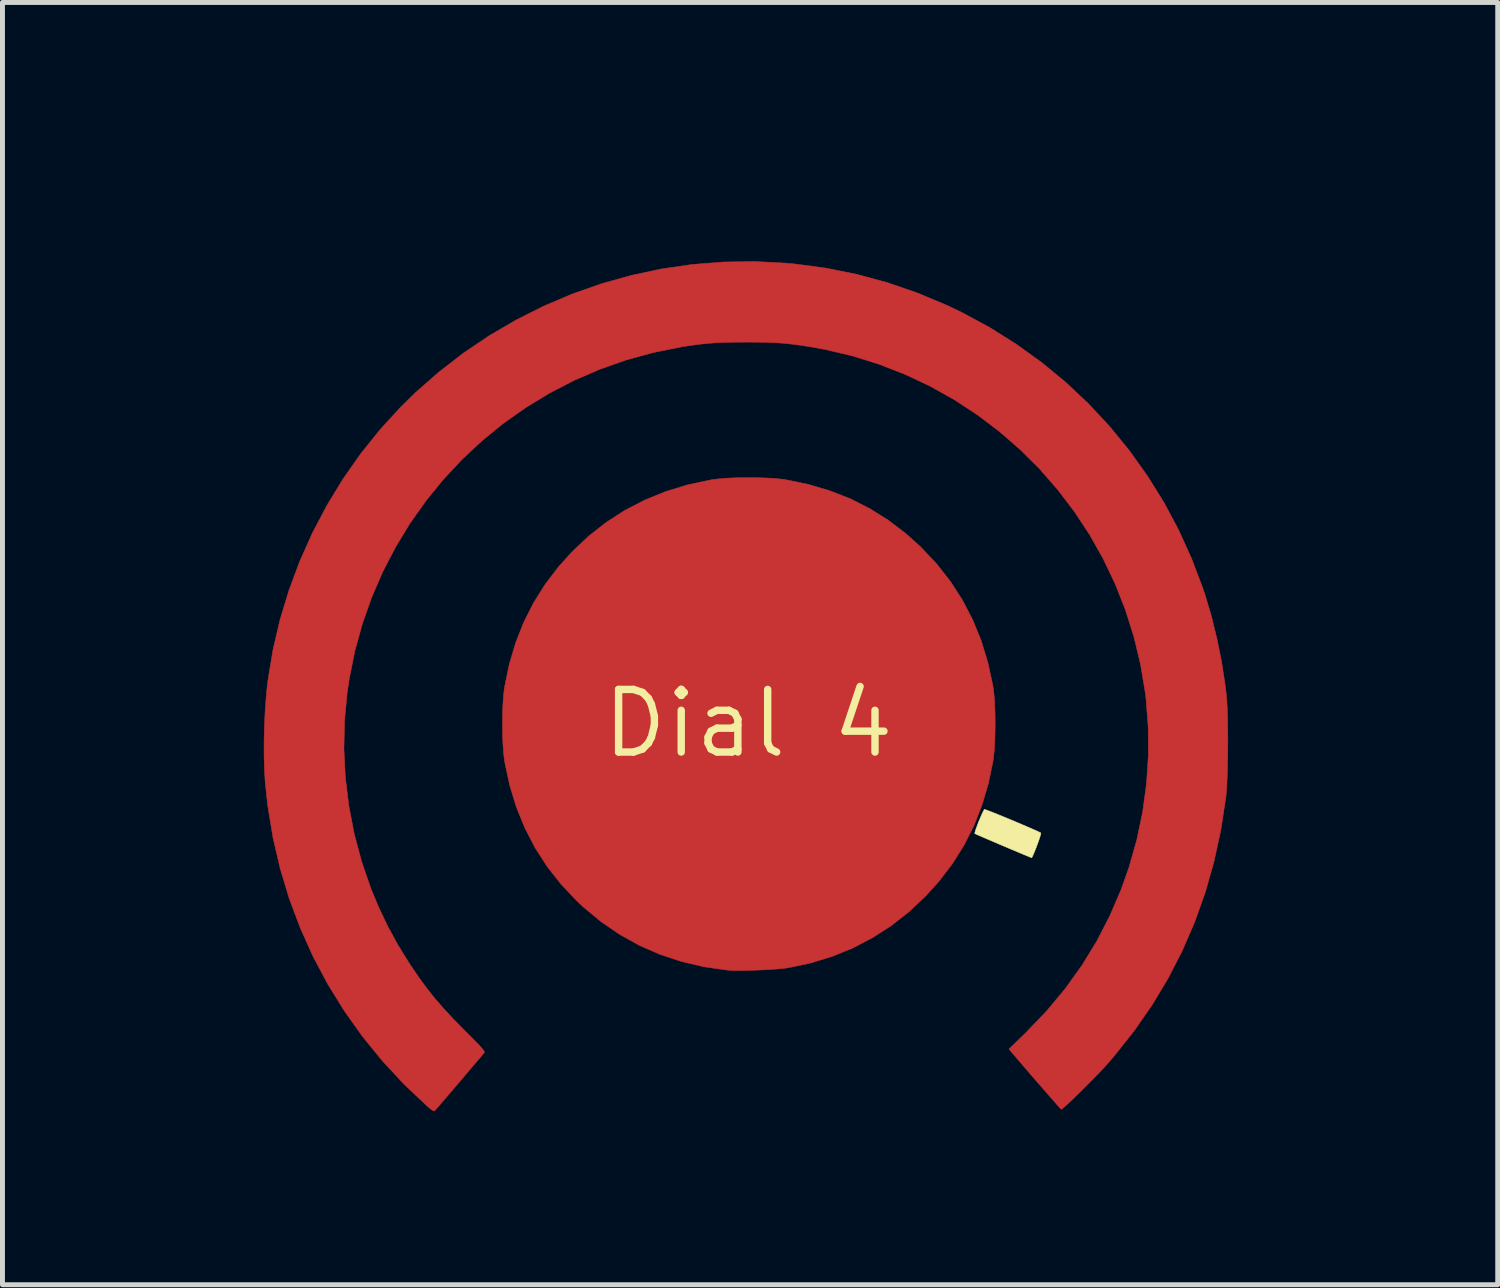
<source format=kicad_pcb>
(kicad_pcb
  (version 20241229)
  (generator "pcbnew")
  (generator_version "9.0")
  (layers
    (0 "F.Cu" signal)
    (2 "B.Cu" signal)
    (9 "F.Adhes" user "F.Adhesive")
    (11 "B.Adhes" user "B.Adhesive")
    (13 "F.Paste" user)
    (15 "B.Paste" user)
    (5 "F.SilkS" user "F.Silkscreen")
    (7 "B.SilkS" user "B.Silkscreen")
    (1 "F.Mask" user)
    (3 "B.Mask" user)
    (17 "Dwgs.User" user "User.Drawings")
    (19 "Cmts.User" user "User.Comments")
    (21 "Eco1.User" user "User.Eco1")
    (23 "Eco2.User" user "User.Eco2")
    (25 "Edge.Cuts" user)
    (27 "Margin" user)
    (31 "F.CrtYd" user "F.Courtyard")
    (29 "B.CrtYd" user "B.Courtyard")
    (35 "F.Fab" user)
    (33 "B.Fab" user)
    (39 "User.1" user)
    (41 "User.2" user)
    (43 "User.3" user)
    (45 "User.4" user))
  (footprint "Dial 4"
    (layer "F.Cu")
    (at 12.13 11.626)
    (property "Reference" "Dial 4" (at 0 0 0) (layer "F.SilkS") (effects (font (size 1.27 1.27) (thickness 0.15))))
    (attr through_hole)
    (fp_poly (pts (xy 0.178 -4.985) (xy 0.375 -4.979) (xy 0.554 -4.968) (xy 0.705 -4.953) (xy 0.751 -4.946) (xy 1.216 -4.85) (xy 1.656 -4.72) (xy 2.072 -4.557) (xy 2.467 -4.357) (xy 2.842 -4.122) (xy 3.199 -3.849) (xy 3.5 -3.578) (xy 3.818 -3.241) (xy 4.099 -2.883) (xy 4.344 -2.503) (xy 4.553 -2.101) (xy 4.725 -1.678) (xy 4.861 -1.233) (xy 4.961 -0.766) (xy 4.967 -0.73) (xy 4.984 -0.592) (xy 4.997 -0.423) (xy 5.005 -0.231) (xy 5.008 -0.028) (xy 5.006 0.177) (xy 5 0.374) (xy 4.989 0.553) (xy 4.974 0.704) (xy 4.967 0.751) (xy 4.871 1.216) (xy 4.741 1.656) (xy 4.577 2.073) (xy 4.377 2.468) (xy 4.142 2.844) (xy 3.869 3.201) (xy 3.599 3.5) (xy 3.262 3.818) (xy 2.903 4.1) (xy 2.522 4.345) (xy 2.121 4.555) (xy 1.698 4.727) (xy 1.257 4.862) (xy 0.815 4.955) (xy 0.713 4.969) (xy 0.579 4.982) (xy 0.423 4.992) (xy 0.255 5.001) (xy 0.083 5.007) (xy -0.082 5.011) (xy -0.232 5.012) (xy -0.356 5.009) (xy -0.434 5.003) (xy -0.907 4.935) (xy -1.36 4.828) (xy -1.795 4.684) (xy -2.21 4.502) (xy -2.606 4.282) (xy -2.982 4.025) (xy -3.339 3.73) (xy -3.479 3.599) (xy -3.797 3.263) (xy -4.078 2.905) (xy -4.323 2.525) (xy -4.531 2.123) (xy -4.704 1.7) (xy -4.84 1.255) (xy -4.94 0.787) (xy -4.946 0.751) (xy -4.963 0.613) (xy -4.976 0.443) (xy -4.984 0.252) (xy -4.987 0.048) (xy -4.985 -0.157) (xy -4.979 -0.354) (xy -4.968 -0.533) (xy -4.953 -0.684) (xy -4.946 -0.73) (xy -4.85 -1.195) (xy -4.72 -1.635) (xy -4.556 -2.051) (xy -4.357 -2.445) (xy -4.122 -2.82) (xy -3.85 -3.177) (xy -3.578 -3.479) (xy -3.242 -3.797) (xy -2.884 -4.078) (xy -2.504 -4.323) (xy -2.102 -4.531) (xy -1.679 -4.704) (xy -1.234 -4.84) (xy -0.766 -4.94) (xy -0.73 -4.946) (xy -0.592 -4.963) (xy -0.422 -4.976) (xy -0.231 -4.984) (xy -0.027 -4.987) (xy 0.178 -4.985)) (stroke (width 0.01) (type solid)) (fill yes) (layer "F.Cu"))
    (fp_poly (pts (xy 0.762 -9.338) (xy 0.942 -9.322) (xy 1.582 -9.236) (xy 2.209 -9.109) (xy 2.824 -8.942) (xy 3.428 -8.734) (xy 4.022 -8.486) (xy 4.329 -8.339) (xy 4.895 -8.034) (xy 5.436 -7.694) (xy 5.951 -7.323) (xy 6.439 -6.921) (xy 6.898 -6.489) (xy 7.328 -6.028) (xy 7.726 -5.541) (xy 8.093 -5.027) (xy 8.428 -4.49) (xy 8.728 -3.929) (xy 8.992 -3.346) (xy 9.221 -2.743) (xy 9.268 -2.602) (xy 9.395 -2.176) (xy 9.506 -1.723) (xy 9.6 -1.258) (xy 9.672 -0.793) (xy 9.698 -0.582) (xy 9.708 -0.457) (xy 9.717 -0.297) (xy 9.723 -0.111) (xy 9.726 0.095) (xy 9.728 0.314) (xy 9.727 0.537) (xy 9.724 0.757) (xy 9.719 0.968) (xy 9.712 1.161) (xy 9.703 1.329) (xy 9.692 1.464) (xy 9.687 1.503) (xy 9.586 2.163) (xy 9.447 2.803) (xy 9.271 3.423) (xy 9.058 4.023) (xy 8.807 4.604) (xy 8.519 5.166) (xy 8.193 5.709) (xy 7.828 6.235) (xy 7.425 6.743) (xy 7.299 6.889) (xy 7.23 6.966) (xy 7.144 7.058) (xy 7.047 7.159) (xy 6.942 7.266) (xy 6.835 7.374) (xy 6.728 7.48) (xy 6.627 7.579) (xy 6.535 7.667) (xy 6.457 7.739) (xy 6.397 7.793) (xy 6.359 7.822) (xy 6.349 7.827) (xy 6.332 7.81) (xy 6.291 7.765) (xy 6.23 7.696) (xy 6.151 7.606) (xy 6.058 7.5) (xy 5.955 7.381) (xy 5.844 7.254) (xy 5.73 7.122) (xy 5.615 6.989) (xy 5.504 6.859) (xy 5.399 6.736) (xy 5.391 6.726) (xy 5.288 6.606) (xy 5.64 6.264) (xy 6.053 5.832) (xy 6.429 5.381) (xy 6.768 4.908) (xy 7.07 4.415) (xy 7.335 3.901) (xy 7.565 3.365) (xy 7.722 2.921) (xy 7.881 2.363) (xy 8 1.795) (xy 8.078 1.222) (xy 8.116 0.645) (xy 8.112 0.069) (xy 8.068 -0.503) (xy 8.053 -0.624) (xy 7.957 -1.2) (xy 7.822 -1.76) (xy 7.65 -2.305) (xy 7.442 -2.833) (xy 7.199 -3.342) (xy 6.923 -3.831) (xy 6.615 -4.298) (xy 6.277 -4.742) (xy 5.911 -5.162) (xy 5.516 -5.555) (xy 5.096 -5.921) (xy 4.651 -6.258) (xy 4.183 -6.565) (xy 3.692 -6.84) (xy 3.182 -7.081) (xy 2.653 -7.287) (xy 2.106 -7.458) (xy 1.542 -7.59) (xy 1.27 -7.639) (xy 1.078 -7.669) (xy 0.906 -7.692) (xy 0.743 -7.71) (xy 0.58 -7.722) (xy 0.405 -7.73) (xy 0.21 -7.734) (xy -0.017 -7.736) (xy -0.042 -7.736) (xy -0.273 -7.734) (xy -0.471 -7.731) (xy -0.647 -7.723) (xy -0.811 -7.711) (xy -0.974 -7.694) (xy -1.144 -7.672) (xy -1.334 -7.643) (xy -1.355 -7.639) (xy -1.925 -7.525) (xy -2.479 -7.373) (xy -3.017 -7.183) (xy -3.537 -6.958) (xy -4.037 -6.699) (xy -4.515 -6.408) (xy -4.972 -6.085) (xy -5.404 -5.733) (xy -5.811 -5.352) (xy -6.191 -4.945) (xy -6.543 -4.512) (xy -6.865 -4.056) (xy -7.156 -3.577) (xy -7.415 -3.078) (xy -7.64 -2.559) (xy -7.829 -2.022) (xy -7.982 -1.469) (xy -8.096 -0.901) (xy -8.137 -0.627) (xy -8.191 -0.055) (xy -8.203 0.52) (xy -8.174 1.095) (xy -8.104 1.669) (xy -7.995 2.237) (xy -7.846 2.797) (xy -7.657 3.346) (xy -7.5 3.725) (xy -7.313 4.118) (xy -7.102 4.503) (xy -6.86 4.893) (xy -6.844 4.916) (xy -6.685 5.15) (xy -6.528 5.364) (xy -6.366 5.569) (xy -6.191 5.772) (xy -5.996 5.982) (xy -5.775 6.208) (xy -5.763 6.22) (xy -5.637 6.345) (xy -5.539 6.445) (xy -5.465 6.521) (xy -5.413 6.579) (xy -5.379 6.62) (xy -5.36 6.649) (xy -5.354 6.668) (xy -5.358 6.682) (xy -5.361 6.685) (xy -5.382 6.709) (xy -5.426 6.762) (xy -5.491 6.838) (xy -5.574 6.935) (xy -5.67 7.049) (xy -5.777 7.175) (xy -5.871 7.286) (xy -5.984 7.418) (xy -6.088 7.54) (xy -6.181 7.648) (xy -6.258 7.738) (xy -6.318 7.806) (xy -6.356 7.849) (xy -6.37 7.863) (xy -6.393 7.855) (xy -6.439 7.825) (xy -6.498 7.777) (xy -6.512 7.765) (xy -6.984 7.318) (xy -7.422 6.846) (xy -7.826 6.35) (xy -8.195 5.831) (xy -8.529 5.291) (xy -8.827 4.731) (xy -9.087 4.152) (xy -9.311 3.557) (xy -9.495 2.947) (xy -9.641 2.322) (xy -9.746 1.686) (xy -9.8 1.196) (xy -9.815 0.942) (xy -9.823 0.658) (xy -9.823 0.355) (xy -9.815 0.043) (xy -9.801 -0.264) (xy -9.779 -0.557) (xy -9.752 -0.825) (xy -9.746 -0.868) (xy -9.643 -1.489) (xy -9.5 -2.103) (xy -9.317 -2.705) (xy -9.097 -3.295) (xy -8.84 -3.869) (xy -8.547 -4.425) (xy -8.22 -4.962) (xy -7.86 -5.475) (xy -7.467 -5.964) (xy -7.044 -6.426) (xy -6.77 -6.695) (xy -6.287 -7.12) (xy -5.782 -7.511) (xy -5.256 -7.866) (xy -4.71 -8.185) (xy -4.147 -8.468) (xy -3.569 -8.713) (xy -2.977 -8.921) (xy -2.373 -9.09) (xy -1.759 -9.221) (xy -1.136 -9.311) (xy -0.508 -9.361) (xy 0.126 -9.371) (xy 0.762 -9.338)) (stroke (width 0.01) (type solid)) (fill yes) (layer "F.Cu"))
    (fp_poly (pts (xy 0.445 -9.525) (xy -0.127 -9.525) (xy -0.127 -11.62) (xy 0.445 -11.62) (xy 0.445 -9.525)) (stroke (width 0.01) (type solid)) (fill yes) (layer "F.Mask"))
    (fp_poly (pts (xy 12.137 -0.206) (xy 12.162 -0.206) (xy 12.163 -0.206) (xy 12.165 -0.184) (xy 12.169 -0.128) (xy 12.175 -0.045) (xy 12.181 0.057) (xy 12.182 0.09) (xy 12.198 0.381) (xy 11.607 0.381) (xy 11.421 0.382) (xy 11.218 0.383) (xy 11.012 0.386) (xy 10.816 0.389) (xy 10.642 0.393) (xy 10.557 0.395) (xy 10.097 0.409) (xy 10.097 -0.184) (xy 11.127 -0.197) (xy 11.332 -0.199) (xy 11.523 -0.202) (xy 11.697 -0.203) (xy 11.849 -0.205) (xy 11.976 -0.206) (xy 12.073 -0.206) (xy 12.137 -0.206)) (stroke (width 0.01) (type solid)) (fill yes) (layer "F.Mask"))
    (fp_poly (pts (xy -10.033 0.423) (xy -10.622 0.423) (xy -10.808 0.424) (xy -11.008 0.426) (xy -11.21 0.428) (xy -11.403 0.431) (xy -11.572 0.435) (xy -11.657 0.437) (xy -12.103 0.451) (xy -12.118 0.184) (xy -12.123 0.079) (xy -12.125 -0.011) (xy -12.125 -0.079) (xy -12.121 -0.115) (xy -12.121 -0.116) (xy -12.113 -0.126) (xy -12.092 -0.133) (xy -12.055 -0.139) (xy -11.998 -0.143) (xy -11.914 -0.146) (xy -11.8 -0.147) (xy -11.651 -0.148) (xy -11.551 -0.148) (xy -11.365 -0.149) (xy -11.159 -0.151) (xy -10.949 -0.153) (xy -10.748 -0.157) (xy -10.569 -0.161) (xy -10.513 -0.162) (xy -10.033 -0.176) (xy -10.033 0.423)) (stroke (width 0.01) (type solid)) (fill yes) (layer "F.Mask"))
    (fp_poly (pts (xy 7.904 6.565) (xy 7.95 6.605) (xy 8.018 6.668) (xy 8.106 6.75) (xy 8.21 6.847) (xy 8.326 6.957) (xy 8.451 7.075) (xy 8.581 7.199) (xy 8.712 7.324) (xy 8.841 7.448) (xy 8.964 7.566) (xy 9.078 7.676) (xy 9.178 7.774) (xy 9.262 7.856) (xy 9.325 7.92) (xy 9.365 7.961) (xy 9.377 7.975) (xy 9.363 7.997) (xy 9.326 8.042) (xy 9.272 8.101) (xy 9.209 8.169) (xy 9.143 8.237) (xy 9.081 8.3) (xy 9.03 8.349) (xy 8.997 8.377) (xy 8.988 8.382) (xy 8.968 8.367) (xy 8.921 8.327) (xy 8.851 8.263) (xy 8.761 8.18) (xy 8.654 8.08) (xy 8.535 7.967) (xy 8.407 7.845) (xy 8.403 7.841) (xy 8.266 7.709) (xy 8.131 7.578) (xy 8.002 7.453) (xy 7.886 7.34) (xy 7.786 7.243) (xy 7.707 7.166) (xy 7.664 7.123) (xy 7.486 6.945) (xy 7.673 6.748) (xy 7.746 6.674) (xy 7.809 6.613) (xy 7.857 6.57) (xy 7.884 6.551) (xy 7.886 6.551) (xy 7.904 6.565)) (stroke (width 0.01) (type solid)) (fill yes) (layer "F.Mask"))
    (fp_poly (pts (xy -8.689 -8.13) (xy -8.642 -8.089) (xy -8.573 -8.025) (xy -8.485 -7.942) (xy -8.38 -7.845) (xy -8.264 -7.735) (xy -8.14 -7.617) (xy -8.011 -7.494) (xy -7.881 -7.37) (xy -7.754 -7.248) (xy -7.634 -7.131) (xy -7.524 -7.025) (xy -7.427 -6.93) (xy -7.349 -6.853) (xy -7.294 -6.797) (xy -7.211 -6.711) (xy -7.399 -6.515) (xy -7.472 -6.44) (xy -7.535 -6.378) (xy -7.582 -6.334) (xy -7.608 -6.314) (xy -7.609 -6.314) (xy -7.628 -6.327) (xy -7.675 -6.367) (xy -7.745 -6.431) (xy -7.837 -6.516) (xy -7.947 -6.619) (xy -8.071 -6.738) (xy -8.209 -6.869) (xy -8.355 -7.01) (xy -8.361 -7.016) (xy -8.507 -7.158) (xy -8.643 -7.291) (xy -8.767 -7.413) (xy -8.875 -7.52) (xy -8.964 -7.61) (xy -9.032 -7.679) (xy -9.075 -7.725) (xy -9.091 -7.744) (xy -9.091 -7.744) (xy -9.077 -7.771) (xy -9.04 -7.818) (xy -8.986 -7.879) (xy -8.923 -7.948) (xy -8.858 -8.015) (xy -8.797 -8.075) (xy -8.746 -8.12) (xy -8.714 -8.143) (xy -8.708 -8.145) (xy -8.689 -8.13)) (stroke (width 0.01) (type solid)) (fill yes) (layer "F.Mask"))
    (fp_poly (pts (xy 8.541 -8.027) (xy 8.584 -7.99) (xy 8.641 -7.935) (xy 8.707 -7.87) (xy 8.773 -7.802) (xy 8.833 -7.738) (xy 8.88 -7.684) (xy 8.907 -7.648) (xy 8.911 -7.638) (xy 8.896 -7.621) (xy 8.854 -7.577) (xy 8.789 -7.512) (xy 8.704 -7.428) (xy 8.602 -7.329) (xy 8.487 -7.217) (xy 8.364 -7.098) (xy 8.234 -6.974) (xy 8.103 -6.848) (xy 7.974 -6.724) (xy 7.849 -6.606) (xy 7.734 -6.496) (xy 7.631 -6.399) (xy 7.544 -6.318) (xy 7.477 -6.256) (xy 7.432 -6.217) (xy 7.415 -6.204) (xy 7.395 -6.219) (xy 7.352 -6.26) (xy 7.292 -6.32) (xy 7.221 -6.393) (xy 7.209 -6.405) (xy 7.02 -6.605) (xy 7.082 -6.67) (xy 7.126 -6.715) (xy 7.193 -6.782) (xy 7.28 -6.866) (xy 7.383 -6.966) (xy 7.498 -7.077) (xy 7.622 -7.196) (xy 7.75 -7.319) (xy 7.88 -7.443) (xy 8.007 -7.564) (xy 8.129 -7.678) (xy 8.24 -7.783) (xy 8.337 -7.875) (xy 8.418 -7.949) (xy 8.477 -8.004) (xy 8.512 -8.034) (xy 8.519 -8.039) (xy 8.541 -8.027)) (stroke (width 0.01) (type solid)) (fill yes) (layer "F.Mask"))
    (fp_poly (pts (xy -8.134 6.471) (xy -8.092 6.51) (xy -8.037 6.567) (xy -7.974 6.634) (xy -7.91 6.704) (xy -7.851 6.77) (xy -7.805 6.826) (xy -7.777 6.863) (xy -7.772 6.875) (xy -7.789 6.894) (xy -7.833 6.939) (xy -7.901 7.006) (xy -7.988 7.092) (xy -8.092 7.192) (xy -8.208 7.304) (xy -8.332 7.423) (xy -8.462 7.548) (xy -8.593 7.673) (xy -8.722 7.795) (xy -8.846 7.912) (xy -8.96 8.019) (xy -9.06 8.114) (xy -9.144 8.192) (xy -9.208 8.25) (xy -9.247 8.284) (xy -9.259 8.293) (xy -9.282 8.28) (xy -9.328 8.242) (xy -9.389 8.183) (xy -9.459 8.11) (xy -9.469 8.099) (xy -9.538 8.024) (xy -9.595 7.959) (xy -9.634 7.913) (xy -9.652 7.891) (xy -9.652 7.89) (xy -9.637 7.873) (xy -9.595 7.83) (xy -9.53 7.765) (xy -9.444 7.682) (xy -9.343 7.583) (xy -9.228 7.472) (xy -9.104 7.353) (xy -8.975 7.229) (xy -8.844 7.103) (xy -8.714 6.979) (xy -8.59 6.861) (xy -8.474 6.751) (xy -8.371 6.654) (xy -8.284 6.572) (xy -8.217 6.51) (xy -8.172 6.47) (xy -8.155 6.456) (xy -8.134 6.471)) (stroke (width 0.01) (type solid)) (fill yes) (layer "F.Mask"))
    (fp_poly (pts (xy 0.204 -4.984) (xy 0.404 -4.977) (xy 0.584 -4.965) (xy 0.732 -4.947) (xy 0.74 -4.946) (xy 1.192 -4.854) (xy 1.628 -4.725) (xy 2.047 -4.559) (xy 2.445 -4.359) (xy 2.822 -4.126) (xy 3.175 -3.863) (xy 3.503 -3.57) (xy 3.803 -3.25) (xy 4.075 -2.904) (xy 4.316 -2.534) (xy 4.524 -2.141) (xy 4.698 -1.728) (xy 4.836 -1.296) (xy 4.889 -1.079) (xy 4.96 -0.674) (xy 4.998 -0.254) (xy 5.001 0.173) (xy 4.972 0.596) (xy 4.909 1.008) (xy 4.857 1.238) (xy 4.724 1.674) (xy 4.555 2.093) (xy 4.349 2.493) (xy 4.11 2.872) (xy 3.838 3.228) (xy 3.537 3.557) (xy 3.207 3.859) (xy 2.851 4.129) (xy 2.47 4.367) (xy 2.292 4.462) (xy 1.865 4.657) (xy 1.427 4.811) (xy 0.982 4.924) (xy 0.762 4.964) (xy 0.655 4.977) (xy 0.517 4.988) (xy 0.356 4.997) (xy 0.183 5.004) (xy 0.007 5.007) (xy -0.163 5.009) (xy -0.318 5.007) (xy -0.447 5.002) (xy -0.529 4.995) (xy -0.995 4.918) (xy -1.444 4.804) (xy -1.877 4.652) (xy -2.29 4.463) (xy -2.683 4.24) (xy -3.052 3.982) (xy -3.398 3.692) (xy -3.717 3.368) (xy -4.009 3.014) (xy -4.046 2.963) (xy -4.297 2.586) (xy -4.509 2.193) (xy -4.683 1.788) (xy -4.82 1.372) (xy -4.92 0.949) (xy -4.982 0.521) (xy -5.007 0.09) (xy -4.995 -0.341) (xy -4.947 -0.769) (xy -4.862 -1.192) (xy -4.741 -1.607) (xy -4.583 -2.011) (xy -4.39 -2.403) (xy -4.161 -2.779) (xy -3.897 -3.136) (xy -3.598 -3.473) (xy -3.556 -3.515) (xy -3.214 -3.829) (xy -2.848 -4.108) (xy -2.46 -4.351) (xy -2.053 -4.557) (xy -1.626 -4.726) (xy -1.183 -4.857) (xy -0.74 -4.946) (xy -0.594 -4.964) (xy -0.416 -4.976) (xy -0.216 -4.984) (xy -0.006 -4.986) (xy 0.204 -4.984)) (stroke (width 0.01) (type solid)) (fill yes) (layer "F.Mask"))
    (fp_poly (pts (xy 0.648 -9.39) (xy 0.942 -9.364) (xy 1.575 -9.278) (xy 2.2 -9.152) (xy 2.814 -8.987) (xy 3.414 -8.783) (xy 3.999 -8.541) (xy 4.566 -8.262) (xy 5.113 -7.948) (xy 5.638 -7.598) (xy 5.807 -7.475) (xy 6.016 -7.314) (xy 6.203 -7.165) (xy 6.377 -7.018) (xy 6.548 -6.864) (xy 6.727 -6.693) (xy 6.89 -6.531) (xy 7.304 -6.093) (xy 7.681 -5.642) (xy 8.024 -5.174) (xy 8.339 -4.682) (xy 8.63 -4.16) (xy 8.711 -4) (xy 8.98 -3.415) (xy 9.21 -2.814) (xy 9.4 -2.199) (xy 9.55 -1.568) (xy 9.661 -0.922) (xy 9.698 -0.624) (xy 9.708 -0.499) (xy 9.717 -0.34) (xy 9.723 -0.153) (xy 9.726 0.053) (xy 9.728 0.271) (xy 9.727 0.495) (xy 9.724 0.715) (xy 9.719 0.925) (xy 9.712 1.118) (xy 9.703 1.286) (xy 9.692 1.422) (xy 9.687 1.46) (xy 9.586 2.121) (xy 9.447 2.76) (xy 9.271 3.38) (xy 9.058 3.98) (xy 8.807 4.561) (xy 8.519 5.123) (xy 8.193 5.667) (xy 7.828 6.193) (xy 7.425 6.701) (xy 7.299 6.847) (xy 7.23 6.924) (xy 7.145 7.015) (xy 7.047 7.116) (xy 6.943 7.223) (xy 6.835 7.331) (xy 6.729 7.437) (xy 6.627 7.536) (xy 6.535 7.624) (xy 6.457 7.697) (xy 6.397 7.75) (xy 6.359 7.78) (xy 6.349 7.785) (xy 6.332 7.767) (xy 6.288 7.719) (xy 6.22 7.643) (xy 6.129 7.539) (xy 6.017 7.409) (xy 5.884 7.256) (xy 5.732 7.08) (xy 5.562 6.884) (xy 5.377 6.669) (xy 5.319 6.601) (xy 5.313 6.588) (xy 5.317 6.57) (xy 5.332 6.543) (xy 5.363 6.504) (xy 5.413 6.449) (xy 5.483 6.375) (xy 5.579 6.279) (xy 5.7 6.157) (xy 5.823 6.032) (xy 5.949 5.9) (xy 6.07 5.769) (xy 6.181 5.647) (xy 6.272 5.541) (xy 6.32 5.482) (xy 6.676 5.002) (xy 6.993 4.503) (xy 7.272 3.988) (xy 7.512 3.457) (xy 7.713 2.911) (xy 7.874 2.35) (xy 7.957 1.979) (xy 8.053 1.396) (xy 8.106 0.813) (xy 8.117 0.231) (xy 8.087 -0.348) (xy 8.015 -0.923) (xy 7.903 -1.492) (xy 7.749 -2.052) (xy 7.554 -2.603) (xy 7.319 -3.144) (xy 7.257 -3.27) (xy 6.979 -3.781) (xy 6.667 -4.268) (xy 6.324 -4.729) (xy 5.95 -5.163) (xy 5.547 -5.569) (xy 5.119 -5.945) (xy 4.665 -6.29) (xy 4.188 -6.603) (xy 3.69 -6.882) (xy 3.173 -7.126) (xy 2.638 -7.334) (xy 2.087 -7.505) (xy 1.522 -7.636) (xy 1.27 -7.681) (xy 1.078 -7.711) (xy 0.906 -7.735) (xy 0.743 -7.752) (xy 0.58 -7.764) (xy 0.405 -7.772) (xy 0.21 -7.777) (xy -0.017 -7.778) (xy -0.042 -7.778) (xy -0.273 -7.777) (xy -0.471 -7.773) (xy -0.647 -7.765) (xy -0.811 -7.754) (xy -0.974 -7.737) (xy -1.144 -7.714) (xy -1.334 -7.685) (xy -1.355 -7.681) (xy -1.925 -7.567) (xy -2.485 -7.412) (xy -3.033 -7.217) (xy -3.567 -6.983) (xy -4.085 -6.711) (xy -4.586 -6.402) (xy -5.067 -6.056) (xy -5.243 -5.916) (xy -5.366 -5.811) (xy -5.509 -5.68) (xy -5.664 -5.532) (xy -5.824 -5.372) (xy -5.983 -5.21) (xy -6.132 -5.051) (xy -6.264 -4.904) (xy -6.373 -4.775) (xy -6.383 -4.763) (xy -6.739 -4.284) (xy -7.057 -3.789) (xy -7.337 -3.277) (xy -7.579 -2.75) (xy -7.782 -2.212) (xy -7.946 -1.662) (xy -8.07 -1.102) (xy -8.154 -0.536) (xy -8.197 0.037) (xy -8.2 0.614) (xy -8.161 1.194) (xy -8.08 1.774) (xy -8.042 1.978) (xy -7.906 2.548) (xy -7.733 3.101) (xy -7.52 3.637) (xy -7.268 4.16) (xy -6.976 4.669) (xy -6.844 4.874) (xy -6.685 5.107) (xy -6.528 5.322) (xy -6.366 5.527) (xy -6.191 5.73) (xy -5.996 5.94) (xy -5.775 6.166) (xy -5.763 6.177) (xy -5.637 6.303) (xy -5.539 6.402) (xy -5.465 6.479) (xy -5.413 6.536) (xy -5.379 6.577) (xy -5.36 6.606) (xy -5.354 6.626) (xy -5.358 6.639) (xy -5.361 6.643) (xy -5.382 6.667) (xy -5.426 6.719) (xy -5.491 6.796) (xy -5.574 6.893) (xy -5.67 7.006) (xy -5.777 7.132) (xy -5.871 7.243) (xy -5.984 7.376) (xy -6.088 7.497) (xy -6.181 7.605) (xy -6.258 7.695) (xy -6.318 7.764) (xy -6.356 7.807) (xy -6.37 7.82) (xy -6.393 7.813) (xy -6.439 7.782) (xy -6.498 7.735) (xy -6.512 7.722) (xy -6.984 7.276) (xy -7.422 6.804) (xy -7.826 6.307) (xy -8.195 5.788) (xy -8.529 5.248) (xy -8.827 4.688) (xy -9.087 4.11) (xy -9.311 3.515) (xy -9.495 2.905) (xy -9.641 2.28) (xy -9.746 1.643) (xy -9.8 1.154) (xy -9.815 0.9) (xy -9.823 0.616) (xy -9.823 0.312) (xy -9.815 0.001) (xy -9.801 -0.307) (xy -9.779 -0.6) (xy -9.752 -0.867) (xy -9.746 -0.91) (xy -9.643 -1.532) (xy -9.5 -2.146) (xy -9.317 -2.749) (xy -9.097 -3.339) (xy -8.839 -3.913) (xy -8.546 -4.47) (xy -8.218 -5.007) (xy -7.857 -5.521) (xy -7.465 -6.01) (xy -7.041 -6.472) (xy -6.844 -6.667) (xy -6.367 -7.096) (xy -5.866 -7.492) (xy -5.345 -7.852) (xy -4.803 -8.176) (xy -4.244 -8.465) (xy -3.669 -8.716) (xy -3.08 -8.93) (xy -2.478 -9.106) (xy -1.866 -9.243) (xy -1.246 -9.341) (xy -0.619 -9.398) (xy 0.013 -9.415) (xy 0.648 -9.39)) (stroke (width 0.01) (type solid)) (fill yes) (layer "F.Mask"))
    (fp_poly (pts (xy 4.811 1.749) (xy 4.865 1.769) (xy 4.946 1.8) (xy 5.049 1.841) (xy 5.166 1.889) (xy 5.292 1.941) (xy 5.422 1.995) (xy 5.549 2.049) (xy 5.667 2.1) (xy 5.771 2.145) (xy 5.854 2.182) (xy 5.911 2.209) (xy 5.935 2.223) (xy 5.932 2.246) (xy 5.917 2.298) (xy 5.893 2.371) (xy 5.862 2.456) (xy 5.83 2.542) (xy 5.798 2.621) (xy 5.771 2.684) (xy 5.752 2.72) (xy 5.749 2.724) (xy 5.73 2.717) (xy 5.676 2.695) (xy 5.593 2.661) (xy 5.486 2.616) (xy 5.36 2.563) (xy 5.219 2.503) (xy 5.18 2.487) (xy 5.035 2.425) (xy 4.902 2.368) (xy 4.787 2.319) (xy 4.694 2.278) (xy 4.629 2.25) (xy 4.597 2.235) (xy 4.595 2.234) (xy 4.597 2.213) (xy 4.612 2.161) (xy 4.638 2.09) (xy 4.669 2.007) (xy 4.704 1.923) (xy 4.737 1.845) (xy 4.766 1.784) (xy 4.786 1.748) (xy 4.789 1.744) (xy 4.811 1.749)) (stroke (width 0.01) (type solid)) (fill yes) (layer "F.SilkS")))
  (gr_rect
    (start -3 -3)
    (end 27.333 23.012)
    (stroke (width 0.1) (type default))
    (fill no)
    (layer "Edge.Cuts")))
</source>
